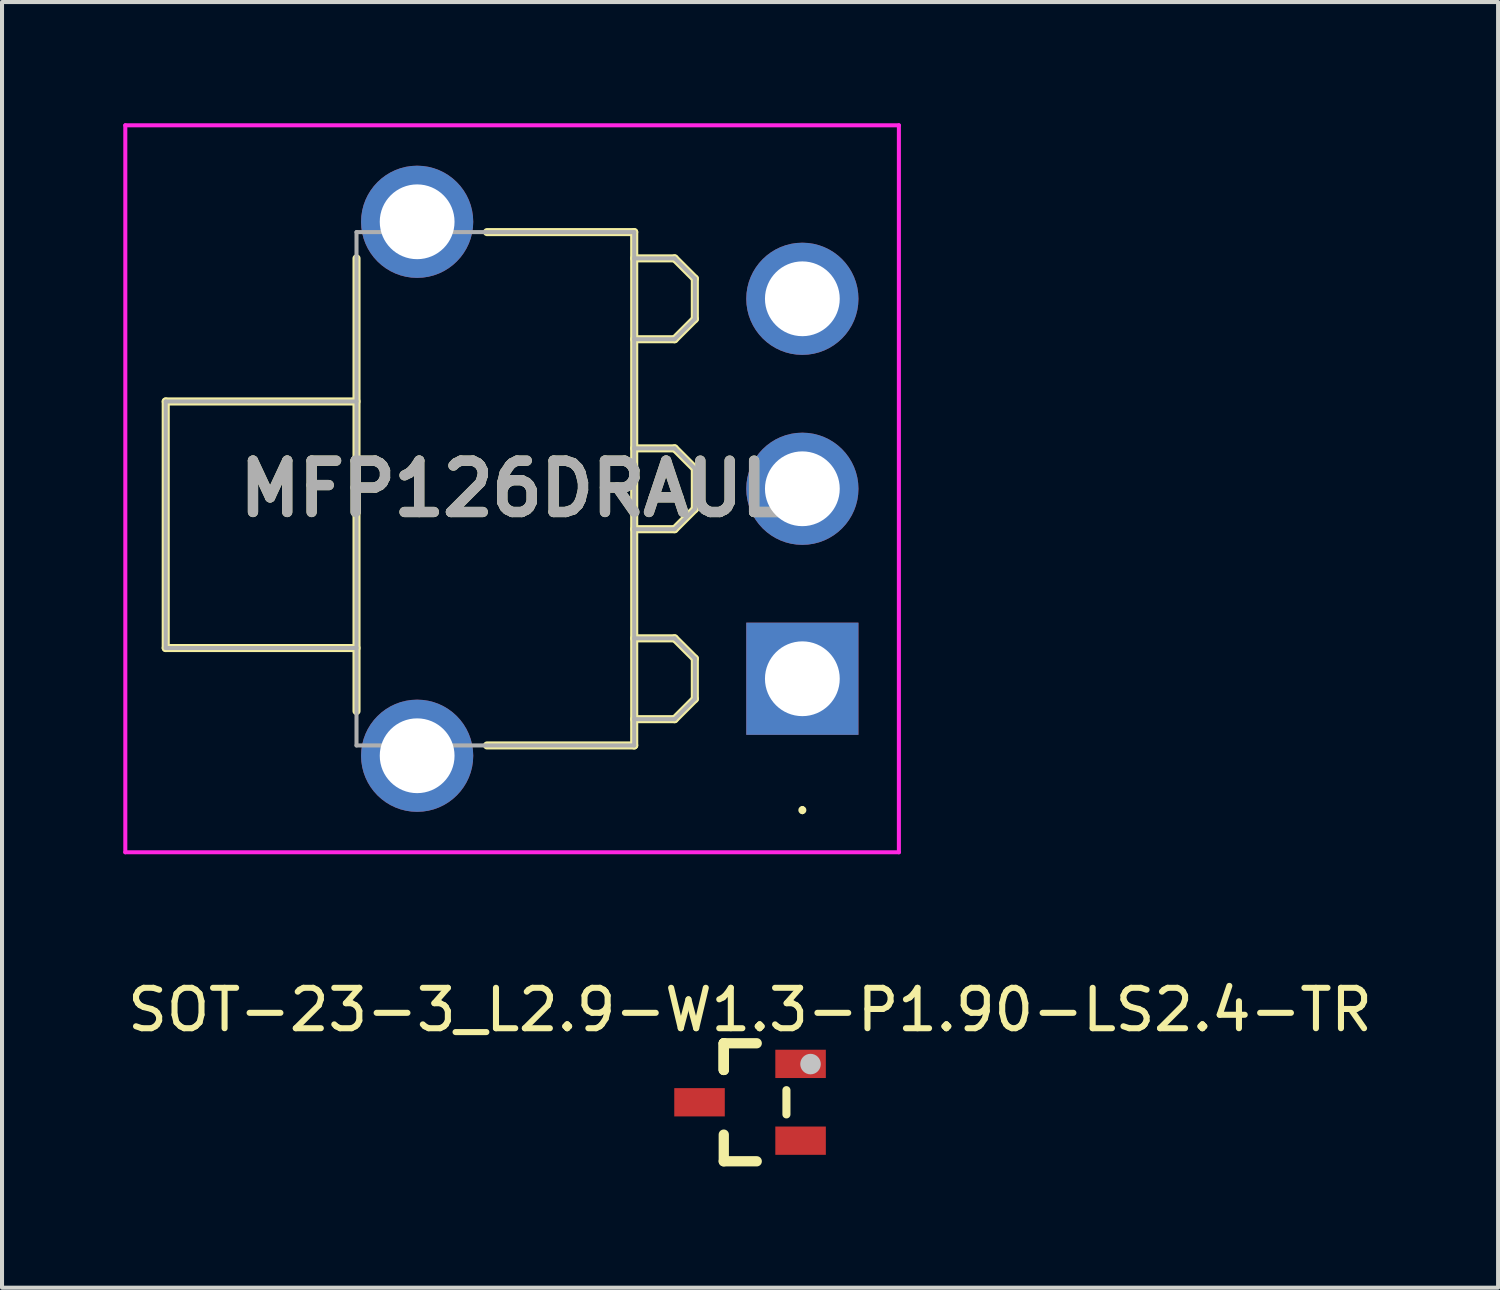
<source format=kicad_pcb>
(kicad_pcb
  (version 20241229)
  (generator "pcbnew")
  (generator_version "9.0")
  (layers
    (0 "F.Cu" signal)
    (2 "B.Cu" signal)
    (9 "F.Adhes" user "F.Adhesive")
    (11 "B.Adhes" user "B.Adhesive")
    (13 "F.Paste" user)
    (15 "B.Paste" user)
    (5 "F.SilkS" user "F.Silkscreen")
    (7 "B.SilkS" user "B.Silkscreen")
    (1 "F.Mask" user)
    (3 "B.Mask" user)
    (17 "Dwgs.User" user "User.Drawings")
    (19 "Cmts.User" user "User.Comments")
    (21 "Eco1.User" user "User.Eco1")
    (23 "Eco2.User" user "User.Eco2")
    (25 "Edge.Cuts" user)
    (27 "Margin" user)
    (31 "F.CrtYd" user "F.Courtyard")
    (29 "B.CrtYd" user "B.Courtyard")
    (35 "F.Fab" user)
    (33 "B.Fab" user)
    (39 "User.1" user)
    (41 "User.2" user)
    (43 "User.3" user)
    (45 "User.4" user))
  (footprint "MFP126DRAUL"
    (layer "F.Cu")
    (at 16.8 13.742)
    (property "Reference" "MFP126DRAUL" (at -7.181 -4.7 0) (layer "F.SilkS") (effects (font (size 1.27 1.27) (thickness 0.254))))
    (attr through_hole)
    (fp_line (start -15.75 -6.86) (end -11.03 -6.86) (stroke (width 0.2) (type solid)) (layer "F.SilkS"))
    (fp_line (start -15.75 -0.76) (end -15.75 -6.86) (stroke (width 0.2) (type solid)) (layer "F.SilkS"))
    (fp_line (start -11.03 -10.4) (end -11.03 0.8) (stroke (width 0.2) (type solid)) (layer "F.SilkS"))
    (fp_line (start -11.03 -0.76) (end -15.75 -0.76) (stroke (width 0.2) (type solid)) (layer "F.SilkS"))
    (fp_line (start -7.8 1.65) (end -4.16 1.65) (stroke (width 0.2) (type solid)) (layer "F.SilkS"))
    (fp_line (start -4.16 -11.05) (end -7.8 -11.05) (stroke (width 0.2) (type solid)) (layer "F.SilkS"))
    (fp_line (start -4.16 -10.4) (end -3.16 -10.4) (stroke (width 0.2) (type solid)) (layer "F.SilkS"))
    (fp_line (start -4.16 -5.7) (end -3.16 -5.7) (stroke (width 0.2) (type solid)) (layer "F.SilkS"))
    (fp_line (start -4.16 -1) (end -3.16 -1) (stroke (width 0.2) (type solid)) (layer "F.SilkS"))
    (fp_line (start -4.16 1.65) (end -4.16 -11.05) (stroke (width 0.2) (type solid)) (layer "F.SilkS"))
    (fp_line (start -3.16 -10.4) (end -2.66 -9.9) (stroke (width 0.2) (type solid)) (layer "F.SilkS"))
    (fp_line (start -3.16 -8.4) (end -4.16 -8.4) (stroke (width 0.2) (type solid)) (layer "F.SilkS"))
    (fp_line (start -3.16 -5.7) (end -2.66 -5.2) (stroke (width 0.2) (type solid)) (layer "F.SilkS"))
    (fp_line (start -3.16 -3.7) (end -4.16 -3.7) (stroke (width 0.2) (type solid)) (layer "F.SilkS"))
    (fp_line (start -3.16 -1) (end -2.66 -0.5) (stroke (width 0.2) (type solid)) (layer "F.SilkS"))
    (fp_line (start -3.16 1) (end -4.16 1) (stroke (width 0.2) (type solid)) (layer "F.SilkS"))
    (fp_line (start -2.66 -9.9) (end -2.66 -8.9) (stroke (width 0.2) (type solid)) (layer "F.SilkS"))
    (fp_line (start -2.66 -8.9) (end -3.16 -8.4) (stroke (width 0.2) (type solid)) (layer "F.SilkS"))
    (fp_line (start -2.66 -5.2) (end -2.66 -4.2) (stroke (width 0.2) (type solid)) (layer "F.SilkS"))
    (fp_line (start -2.66 -4.2) (end -3.16 -3.7) (stroke (width 0.2) (type solid)) (layer "F.SilkS"))
    (fp_line (start -2.66 -0.5) (end -2.66 0.5) (stroke (width 0.2) (type solid)) (layer "F.SilkS"))
    (fp_line (start -2.66 0.5) (end -3.16 1) (stroke (width 0.2) (type solid)) (layer "F.SilkS"))
    (fp_line (start 0 3.2) (end 0 3.2) (stroke (width 0.1) (type solid)) (layer "F.SilkS"))
    (fp_line (start 0 3.3) (end 0 3.3) (stroke (width 0.1) (type solid)) (layer "F.SilkS"))
    (fp_arc (start 0 3.2) (mid 0.05 3.25) (end 0 3.3) (stroke (width 0.1) (type solid)) (layer "F.SilkS"))
    (fp_arc (start 0 3.3) (mid -0.05 3.25) (end 0 3.2) (stroke (width 0.1) (type solid)) (layer "F.SilkS"))
    (fp_line (start -16.75 -13.692) (end 2.388 -13.692) (stroke (width 0.1) (type solid)) (layer "F.CrtYd"))
    (fp_line (start -16.75 4.293) (end -16.75 -13.692) (stroke (width 0.1) (type solid)) (layer "F.CrtYd"))
    (fp_line (start 2.388 -13.692) (end 2.388 4.293) (stroke (width 0.1) (type solid)) (layer "F.CrtYd"))
    (fp_line (start 2.388 4.293) (end -16.75 4.293) (stroke (width 0.1) (type solid)) (layer "F.CrtYd"))
    (fp_line (start -15.75 -6.86) (end -15.75 -0.76) (stroke (width 0.1) (type solid)) (layer "F.Fab"))
    (fp_line (start -15.75 -0.76) (end -11.03 -0.76) (stroke (width 0.1) (type solid)) (layer "F.Fab"))
    (fp_line (start -11.03 -11.05) (end -4.16 -11.05) (stroke (width 0.1) (type solid)) (layer "F.Fab"))
    (fp_line (start -11.03 -6.86) (end -15.75 -6.86) (stroke (width 0.1) (type solid)) (layer "F.Fab"))
    (fp_line (start -11.03 1.65) (end -11.03 -11.05) (stroke (width 0.1) (type solid)) (layer "F.Fab"))
    (fp_line (start -4.16 -11.05) (end -4.16 1.65) (stroke (width 0.1) (type solid)) (layer "F.Fab"))
    (fp_line (start -4.16 -10.4) (end -3.16 -10.4) (stroke (width 0.1) (type solid)) (layer "F.Fab"))
    (fp_line (start -4.16 -5.7) (end -3.16 -5.7) (stroke (width 0.1) (type solid)) (layer "F.Fab"))
    (fp_line (start -4.16 -1) (end -3.16 -1) (stroke (width 0.1) (type solid)) (layer "F.Fab"))
    (fp_line (start -4.16 1.65) (end -11.03 1.65) (stroke (width 0.1) (type solid)) (layer "F.Fab"))
    (fp_line (start -3.16 -10.4) (end -2.66 -9.9) (stroke (width 0.1) (type solid)) (layer "F.Fab"))
    (fp_line (start -3.16 -8.4) (end -4.16 -8.4) (stroke (width 0.1) (type solid)) (layer "F.Fab"))
    (fp_line (start -3.16 -5.7) (end -2.66 -5.2) (stroke (width 0.1) (type solid)) (layer "F.Fab"))
    (fp_line (start -3.16 -3.7) (end -4.16 -3.7) (stroke (width 0.1) (type solid)) (layer "F.Fab"))
    (fp_line (start -3.16 -1) (end -2.66 -0.5) (stroke (width 0.1) (type solid)) (layer "F.Fab"))
    (fp_line (start -3.16 1) (end -4.16 1) (stroke (width 0.1) (type solid)) (layer "F.Fab"))
    (fp_line (start -2.66 -9.9) (end -2.66 -8.9) (stroke (width 0.1) (type solid)) (layer "F.Fab"))
    (fp_line (start -2.66 -8.9) (end -3.16 -8.4) (stroke (width 0.1) (type solid)) (layer "F.Fab"))
    (fp_line (start -2.66 -5.2) (end -2.66 -4.2) (stroke (width 0.1) (type solid)) (layer "F.Fab"))
    (fp_line (start -2.66 -4.2) (end -3.16 -3.7) (stroke (width 0.1) (type solid)) (layer "F.Fab"))
    (fp_line (start -2.66 -0.5) (end -2.66 0.5) (stroke (width 0.1) (type solid)) (layer "F.Fab"))
    (fp_line (start -2.66 0.5) (end -3.16 1) (stroke (width 0.1) (type solid)) (layer "F.Fab"))
    (fp_text user "${REFERENCE}" (at -7.181 -4.7 0) (layer "F.Fab") (effects (font (size 1.27 1.27) (thickness 0.254))))
    (pad "1" thru_hole rect (at 0 0) (size 2.775 2.775) (drill 1.85) (layers "*.Cu" "*.Mask"))
    (pad "2" thru_hole circle (at 0 -4.7) (size 2.775 2.775) (drill 1.85) (layers "*.Cu" "*.Mask"))
    (pad "3" thru_hole circle (at 0 -9.4) (size 2.775 2.775) (drill 1.85) (layers "*.Cu" "*.Mask"))
    (pad "4" thru_hole circle (at -9.53 1.905) (size 2.775 2.775) (drill 1.85) (layers "*.Cu" "*.Mask"))
    (pad "5" thru_hole circle (at -9.53 -11.305) (size 2.775 2.775) (drill 1.85) (layers "*.Cu" "*.Mask")))
  (footprint "SOT-23-3_L2.9-W1.3-P1.90-LS2.4-TR"
    (layer "F.Cu")
    (at 15.506 24.22)
    (property "Reference" "SOT-23-3_L2.9-W1.3-P1.90-LS2.4-TR" (at 0 -2.287 0) (layer "F.SilkS") (effects (font (size 1 1) (thickness 0.15))))
    (fp_line (start -0.65 -1.46) (end -0.65 -0.8) (stroke (width 0.254) (type default)) (layer "F.SilkS"))
    (fp_line (start -0.65 -1.46) (end 0.165 -1.46) (stroke (width 0.254) (type default)) (layer "F.SilkS"))
    (fp_line (start -0.65 -0.8) (end -0.65 -1.46) (stroke (width 0.254) (type default)) (layer "F.SilkS"))
    (fp_line (start -0.65 -0.8) (end -0.65 -1.46) (stroke (width 0.254) (type default)) (layer "F.SilkS"))
    (fp_line (start -0.65 1.46) (end -0.65 0.8) (stroke (width 0.254) (type default)) (layer "F.SilkS"))
    (fp_line (start 0.165 1.46) (end -0.65 1.46) (stroke (width 0.254) (type default)) (layer "F.SilkS"))
    (fp_line (start 0.9 0.3) (end 0.9 -0.3) (stroke (width 0.2) (type default)) (layer "F.SilkS"))
    (fp_circle (center 1.496 -0.945) (end 1.623 -0.945) (stroke (width 0.254) (type default)) (fill no) (layer "Dwgs.User"))
    (fp_poly (pts (xy -1.2 0.2) (xy -1.2 -0.2) (xy -1 -0.2) (xy -1 0.2)) (stroke (width 0.1) (type default)) (fill no) (layer "User.1"))
    (fp_poly (pts (xy -1.01 0.2) (xy -1.01 -0.2) (xy -0.627 -0.2) (xy -0.627 0.2)) (stroke (width 0.1) (type default)) (fill no) (layer "User.1"))
    (fp_poly (pts (xy 0.627 -0.75) (xy 0.627 -1.15) (xy 1.01 -1.15) (xy 1.01 -0.75)) (stroke (width 0.1) (type default)) (fill no) (layer "User.1"))
    (fp_poly (pts (xy 0.627 1.15) (xy 0.627 0.75) (xy 1.01 0.75) (xy 1.01 1.15)) (stroke (width 0.1) (type default)) (fill no) (layer "User.1"))
    (fp_poly (pts (xy 1 -0.75) (xy 1 -1.15) (xy 1.2 -1.15) (xy 1.2 -0.75)) (stroke (width 0.1) (type default)) (fill no) (layer "User.1"))
    (fp_poly (pts (xy 1 1.15) (xy 1 0.75) (xy 1.2 0.75) (xy 1.2 1.15)) (stroke (width 0.1) (type default)) (fill no) (layer "User.1"))
    (fp_line (start -0.663 -1.45) (end 0.662 -1.45) (stroke (width 0.051) (type default)) (layer "User.2"))
    (fp_line (start -0.663 1.45) (end -0.663 -1.45) (stroke (width 0.051) (type default)) (layer "User.2"))
    (fp_line (start 0.662 -1.45) (end 0.662 1.45) (stroke (width 0.051) (type default)) (layer "User.2"))
    (fp_line (start 0.662 1.45) (end -0.663 1.45) (stroke (width 0.051) (type default)) (layer "User.2"))
    (fp_poly (pts (xy 1.255 -1.473) (xy 1.223 -1.505) (xy 1.177 -1.505) (xy 1.145 -1.473) (xy 1.145 -1.427) (xy 1.177 -1.395) (xy 1.223 -1.395) (xy 1.255 -1.427)) (stroke (width 0.1) (type default)) (fill no) (layer "User.3"))
    (pad "1" smd rect (at 1.25 -0.95 270) (size 0.7 1.25) (layers "F.Cu" "F.Mask" "F.Paste"))
    (pad "2" smd rect (at 1.25 0.95 270) (size 0.7 1.25) (layers "F.Cu" "F.Mask" "F.Paste"))
    (pad "3" smd rect (at -1.25 0 270) (size 0.7 1.25) (layers "F.Cu" "F.Mask" "F.Paste")))
  (gr_rect
    (start -3 -3)
    (end 34.012 28.807)
    (stroke (width 0.1) (type default))
    (fill no)
    (layer "Edge.Cuts")))
</source>
